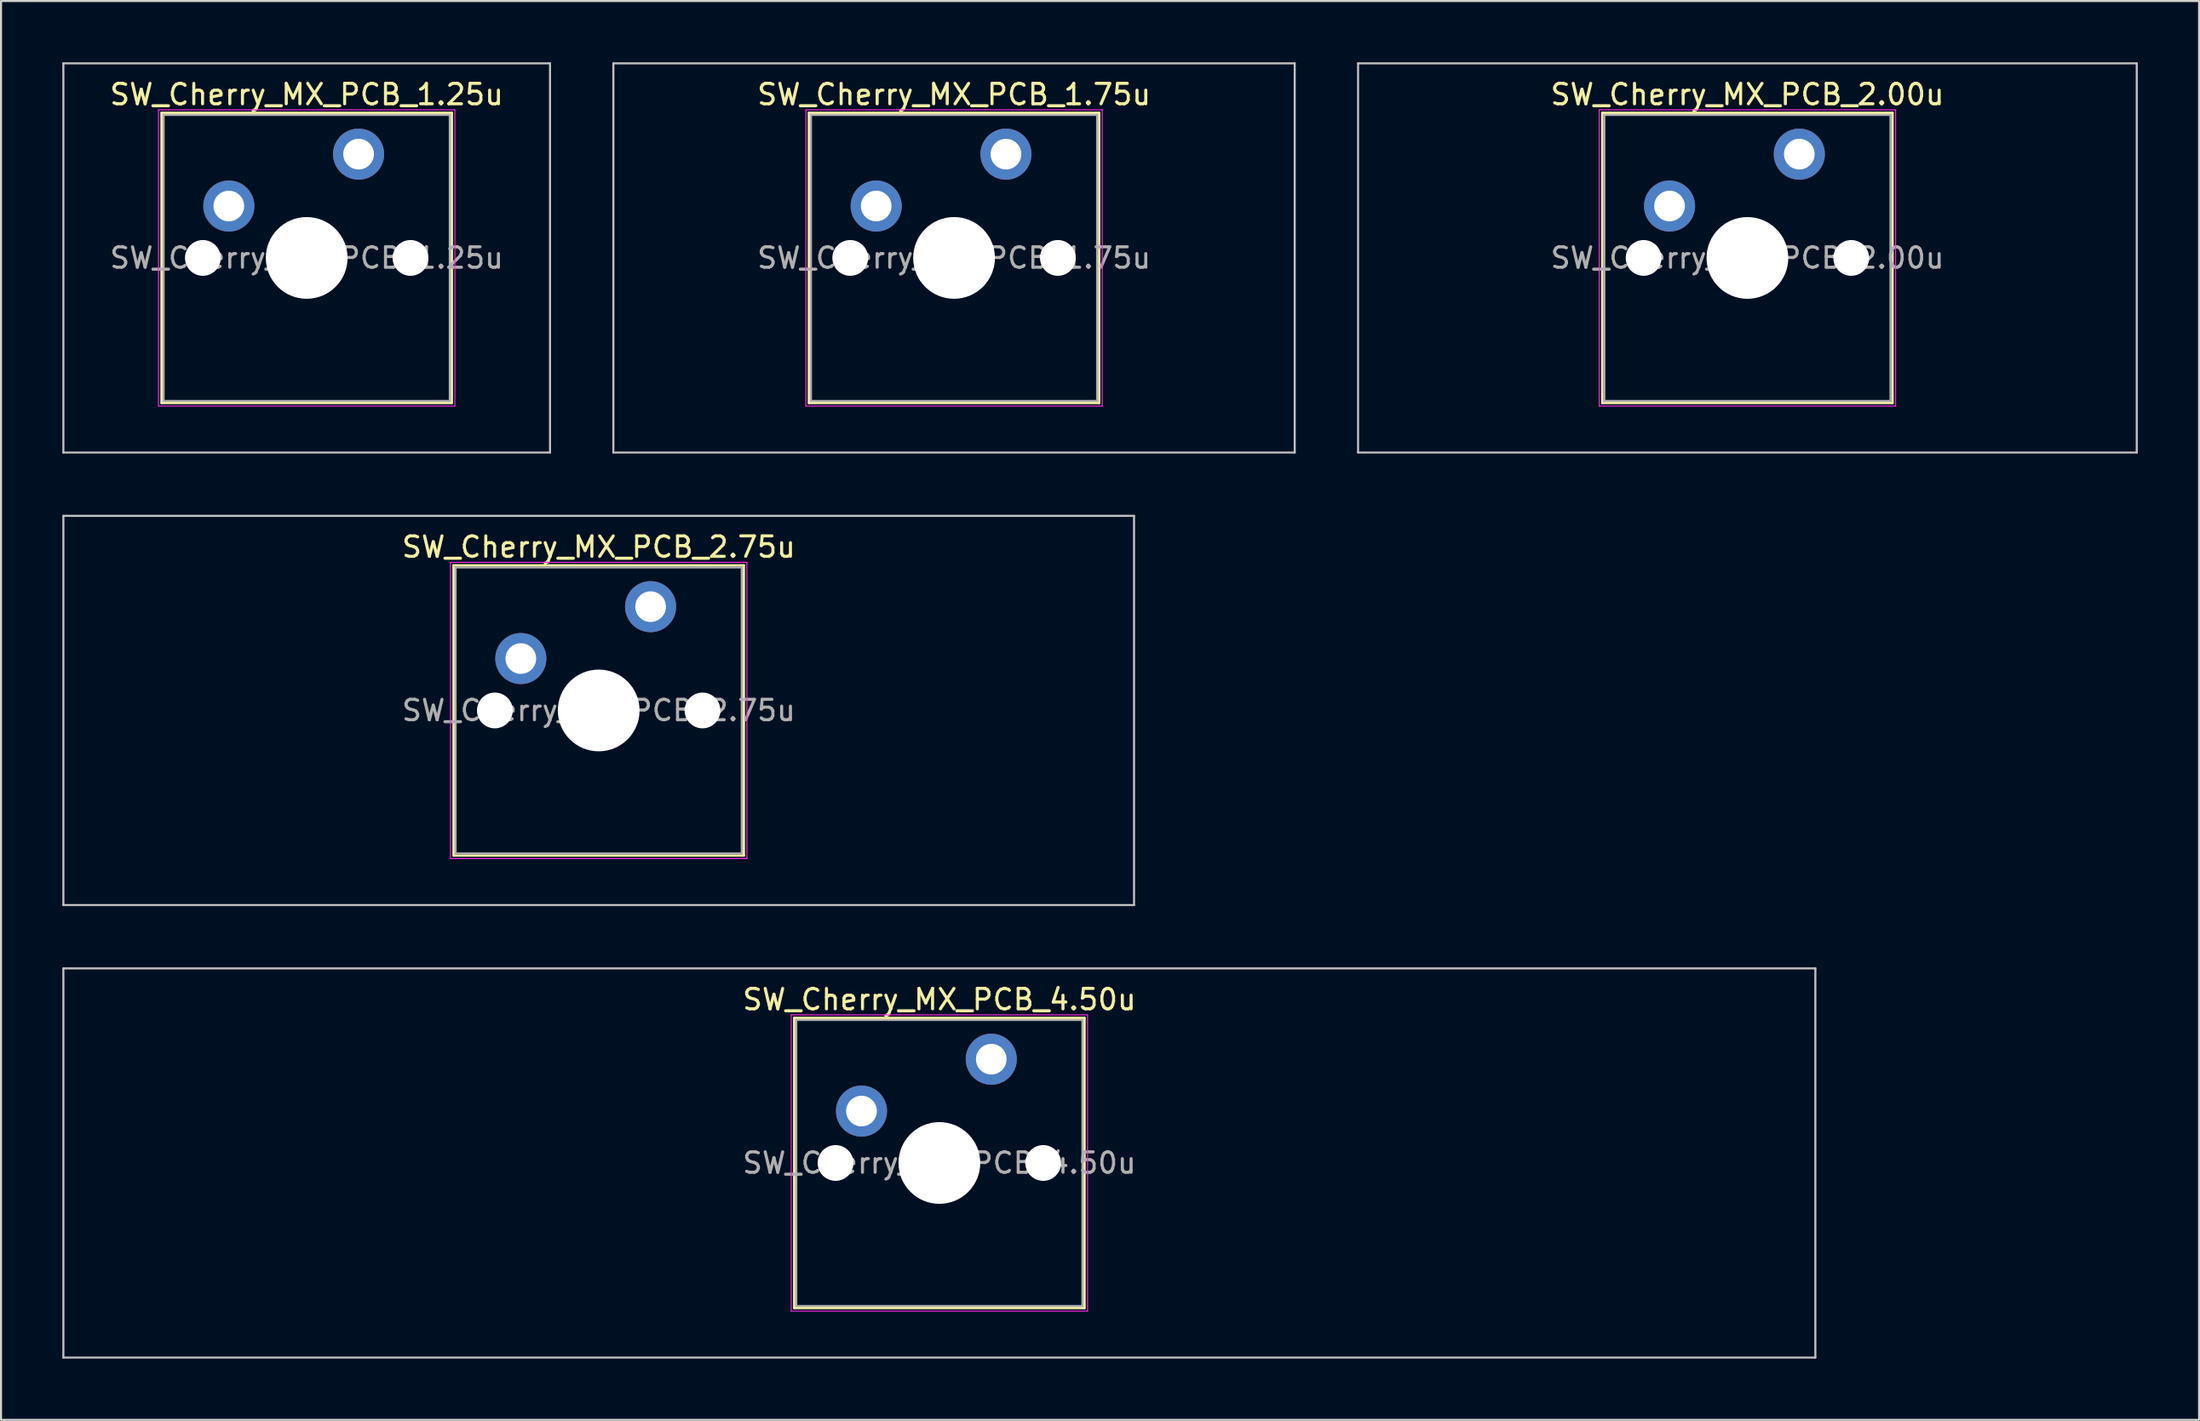
<source format=kicad_pcb>
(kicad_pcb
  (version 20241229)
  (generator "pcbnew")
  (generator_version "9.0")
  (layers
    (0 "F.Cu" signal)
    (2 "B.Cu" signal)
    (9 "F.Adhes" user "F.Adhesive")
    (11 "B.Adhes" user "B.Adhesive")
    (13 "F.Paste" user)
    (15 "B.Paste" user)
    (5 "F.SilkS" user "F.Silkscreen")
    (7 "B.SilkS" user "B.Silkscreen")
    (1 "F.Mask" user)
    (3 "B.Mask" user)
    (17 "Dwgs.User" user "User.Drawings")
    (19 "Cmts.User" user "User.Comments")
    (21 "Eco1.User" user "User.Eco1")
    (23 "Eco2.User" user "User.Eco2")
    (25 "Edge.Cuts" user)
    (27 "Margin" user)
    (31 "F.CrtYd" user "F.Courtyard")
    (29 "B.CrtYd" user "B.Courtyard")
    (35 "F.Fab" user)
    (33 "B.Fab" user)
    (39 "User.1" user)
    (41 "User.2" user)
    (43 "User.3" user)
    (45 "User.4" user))
  (footprint "SW_Cherry_MX_PCB_1.25u"
    (layer "F.Cu")
    (at 11.956 9.575)
    (property "Reference" "SW_Cherry_MX_PCB_1.25u" (at 0 -8 0) (layer "F.SilkS") (effects (font (size 1 1) (thickness 0.15))))
    (attr through_hole)
    (fp_line (start -7.1 -7.1) (end -7.1 7.1) (stroke (width 0.12) (type solid)) (layer "F.SilkS"))
    (fp_line (start -7.1 7.1) (end 7.1 7.1) (stroke (width 0.12) (type solid)) (layer "F.SilkS"))
    (fp_line (start 7.1 -7.1) (end -7.1 -7.1) (stroke (width 0.12) (type solid)) (layer "F.SilkS"))
    (fp_line (start 7.1 7.1) (end 7.1 -7.1) (stroke (width 0.12) (type solid)) (layer "F.SilkS"))
    (fp_line (start -11.906 -9.525) (end -11.906 9.525) (stroke (width 0.1) (type solid)) (layer "Dwgs.User"))
    (fp_line (start -11.906 9.525) (end 11.906 9.525) (stroke (width 0.1) (type solid)) (layer "Dwgs.User"))
    (fp_line (start 11.906 -9.525) (end -11.906 -9.525) (stroke (width 0.1) (type solid)) (layer "Dwgs.User"))
    (fp_line (start 11.906 9.525) (end 11.906 -9.525) (stroke (width 0.1) (type solid)) (layer "Dwgs.User"))
    (fp_line (start -7.25 -7.25) (end -7.25 7.25) (stroke (width 0.05) (type solid)) (layer "F.CrtYd"))
    (fp_line (start -7.25 7.25) (end 7.25 7.25) (stroke (width 0.05) (type solid)) (layer "F.CrtYd"))
    (fp_line (start 7.25 -7.25) (end -7.25 -7.25) (stroke (width 0.05) (type solid)) (layer "F.CrtYd"))
    (fp_line (start 7.25 7.25) (end 7.25 -7.25) (stroke (width 0.05) (type solid)) (layer "F.CrtYd"))
    (fp_line (start -7 -7) (end -7 7) (stroke (width 0.1) (type solid)) (layer "F.Fab"))
    (fp_line (start -7 7) (end 7 7) (stroke (width 0.1) (type solid)) (layer "F.Fab"))
    (fp_line (start 7 -7) (end -7 -7) (stroke (width 0.1) (type solid)) (layer "F.Fab"))
    (fp_line (start 7 7) (end 7 -7) (stroke (width 0.1) (type solid)) (layer "F.Fab"))
    (fp_text user "${REFERENCE}" (at 0 0 0) (layer "F.Fab") (effects (font (size 1 1) (thickness 0.15))))
    (pad "" np_thru_hole circle (at -5.08 0) (size 1.75 1.75) (drill 1.75) (layers "*.Cu" "*.Mask"))
    (pad "" np_thru_hole circle (at 0 0) (size 4 4) (drill 4) (layers "*.Cu" "*.Mask"))
    (pad "" np_thru_hole circle (at 5.08 0) (size 1.75 1.75) (drill 1.75) (layers "*.Cu" "*.Mask"))
    (pad "1" thru_hole circle (at -3.81 -2.54) (size 2.5 2.5) (drill 1.5) (layers "*.Cu" "B.Mask"))
    (pad "2" thru_hole circle (at 2.54 -5.08) (size 2.5 2.5) (drill 1.5) (layers "*.Cu" "B.Mask")))
  (footprint "SW_Cherry_MX_PCB_2.00u"
    (layer "F.Cu")
    (at 82.45 9.575)
    (property "Reference" "SW_Cherry_MX_PCB_2.00u" (at 0 -8 0) (layer "F.SilkS") (effects (font (size 1 1) (thickness 0.15))))
    (attr through_hole)
    (fp_line (start -7.1 -7.1) (end -7.1 7.1) (stroke (width 0.12) (type solid)) (layer "F.SilkS"))
    (fp_line (start -7.1 7.1) (end 7.1 7.1) (stroke (width 0.12) (type solid)) (layer "F.SilkS"))
    (fp_line (start 7.1 -7.1) (end -7.1 -7.1) (stroke (width 0.12) (type solid)) (layer "F.SilkS"))
    (fp_line (start 7.1 7.1) (end 7.1 -7.1) (stroke (width 0.12) (type solid)) (layer "F.SilkS"))
    (fp_line (start -19.05 -9.525) (end -19.05 9.525) (stroke (width 0.1) (type solid)) (layer "Dwgs.User"))
    (fp_line (start -19.05 9.525) (end 19.05 9.525) (stroke (width 0.1) (type solid)) (layer "Dwgs.User"))
    (fp_line (start 19.05 -9.525) (end -19.05 -9.525) (stroke (width 0.1) (type solid)) (layer "Dwgs.User"))
    (fp_line (start 19.05 9.525) (end 19.05 -9.525) (stroke (width 0.1) (type solid)) (layer "Dwgs.User"))
    (fp_line (start -7.25 -7.25) (end -7.25 7.25) (stroke (width 0.05) (type solid)) (layer "F.CrtYd"))
    (fp_line (start -7.25 7.25) (end 7.25 7.25) (stroke (width 0.05) (type solid)) (layer "F.CrtYd"))
    (fp_line (start 7.25 -7.25) (end -7.25 -7.25) (stroke (width 0.05) (type solid)) (layer "F.CrtYd"))
    (fp_line (start 7.25 7.25) (end 7.25 -7.25) (stroke (width 0.05) (type solid)) (layer "F.CrtYd"))
    (fp_line (start -7 -7) (end -7 7) (stroke (width 0.1) (type solid)) (layer "F.Fab"))
    (fp_line (start -7 7) (end 7 7) (stroke (width 0.1) (type solid)) (layer "F.Fab"))
    (fp_line (start 7 -7) (end -7 -7) (stroke (width 0.1) (type solid)) (layer "F.Fab"))
    (fp_line (start 7 7) (end 7 -7) (stroke (width 0.1) (type solid)) (layer "F.Fab"))
    (fp_text user "${REFERENCE}" (at 0 0 0) (layer "F.Fab") (effects (font (size 1 1) (thickness 0.15))))
    (pad "" np_thru_hole circle (at -5.08 0) (size 1.75 1.75) (drill 1.75) (layers "*.Cu" "*.Mask"))
    (pad "" np_thru_hole circle (at 0 0) (size 4 4) (drill 4) (layers "*.Cu" "*.Mask"))
    (pad "" np_thru_hole circle (at 5.08 0) (size 1.75 1.75) (drill 1.75) (layers "*.Cu" "*.Mask"))
    (pad "1" thru_hole circle (at -3.81 -2.54) (size 2.5 2.5) (drill 1.5) (layers "*.Cu" "B.Mask"))
    (pad "2" thru_hole circle (at 2.54 -5.08) (size 2.5 2.5) (drill 1.5) (layers "*.Cu" "B.Mask")))
  (footprint "SW_Cherry_MX_PCB_4.50u"
    (layer "F.Cu")
    (at 42.913 53.875)
    (property "Reference" "SW_Cherry_MX_PCB_4.50u" (at 0 -8 0) (layer "F.SilkS") (effects (font (size 1 1) (thickness 0.15))))
    (attr through_hole)
    (fp_line (start -7.1 -7.1) (end -7.1 7.1) (stroke (width 0.12) (type solid)) (layer "F.SilkS"))
    (fp_line (start -7.1 7.1) (end 7.1 7.1) (stroke (width 0.12) (type solid)) (layer "F.SilkS"))
    (fp_line (start 7.1 -7.1) (end -7.1 -7.1) (stroke (width 0.12) (type solid)) (layer "F.SilkS"))
    (fp_line (start 7.1 7.1) (end 7.1 -7.1) (stroke (width 0.12) (type solid)) (layer "F.SilkS"))
    (fp_line (start -42.862 -9.525) (end -42.862 9.525) (stroke (width 0.1) (type solid)) (layer "Dwgs.User"))
    (fp_line (start -42.862 9.525) (end 42.862 9.525) (stroke (width 0.1) (type solid)) (layer "Dwgs.User"))
    (fp_line (start 42.862 -9.525) (end -42.862 -9.525) (stroke (width 0.1) (type solid)) (layer "Dwgs.User"))
    (fp_line (start 42.862 9.525) (end 42.862 -9.525) (stroke (width 0.1) (type solid)) (layer "Dwgs.User"))
    (fp_line (start -7.25 -7.25) (end -7.25 7.25) (stroke (width 0.05) (type solid)) (layer "F.CrtYd"))
    (fp_line (start -7.25 7.25) (end 7.25 7.25) (stroke (width 0.05) (type solid)) (layer "F.CrtYd"))
    (fp_line (start 7.25 -7.25) (end -7.25 -7.25) (stroke (width 0.05) (type solid)) (layer "F.CrtYd"))
    (fp_line (start 7.25 7.25) (end 7.25 -7.25) (stroke (width 0.05) (type solid)) (layer "F.CrtYd"))
    (fp_line (start -7 -7) (end -7 7) (stroke (width 0.1) (type solid)) (layer "F.Fab"))
    (fp_line (start -7 7) (end 7 7) (stroke (width 0.1) (type solid)) (layer "F.Fab"))
    (fp_line (start 7 -7) (end -7 -7) (stroke (width 0.1) (type solid)) (layer "F.Fab"))
    (fp_line (start 7 7) (end 7 -7) (stroke (width 0.1) (type solid)) (layer "F.Fab"))
    (fp_text user "${REFERENCE}" (at 0 0 0) (layer "F.Fab") (effects (font (size 1 1) (thickness 0.15))))
    (pad "" np_thru_hole circle (at -5.08 0) (size 1.75 1.75) (drill 1.75) (layers "*.Cu" "*.Mask"))
    (pad "" np_thru_hole circle (at 0 0) (size 4 4) (drill 4) (layers "*.Cu" "*.Mask"))
    (pad "" np_thru_hole circle (at 5.08 0) (size 1.75 1.75) (drill 1.75) (layers "*.Cu" "*.Mask"))
    (pad "1" thru_hole circle (at -3.81 -2.54) (size 2.5 2.5) (drill 1.5) (layers "*.Cu" "B.Mask"))
    (pad "2" thru_hole circle (at 2.54 -5.08) (size 2.5 2.5) (drill 1.5) (layers "*.Cu" "B.Mask")))
  (footprint "SW_Cherry_MX_PCB_2.75u"
    (layer "F.Cu")
    (at 26.244 31.725)
    (property "Reference" "SW_Cherry_MX_PCB_2.75u" (at 0 -8 0) (layer "F.SilkS") (effects (font (size 1 1) (thickness 0.15))))
    (attr through_hole)
    (fp_line (start -7.1 -7.1) (end -7.1 7.1) (stroke (width 0.12) (type solid)) (layer "F.SilkS"))
    (fp_line (start -7.1 7.1) (end 7.1 7.1) (stroke (width 0.12) (type solid)) (layer "F.SilkS"))
    (fp_line (start 7.1 -7.1) (end -7.1 -7.1) (stroke (width 0.12) (type solid)) (layer "F.SilkS"))
    (fp_line (start 7.1 7.1) (end 7.1 -7.1) (stroke (width 0.12) (type solid)) (layer "F.SilkS"))
    (fp_line (start -26.194 -9.525) (end -26.194 9.525) (stroke (width 0.1) (type solid)) (layer "Dwgs.User"))
    (fp_line (start -26.194 9.525) (end 26.194 9.525) (stroke (width 0.1) (type solid)) (layer "Dwgs.User"))
    (fp_line (start 26.194 -9.525) (end -26.194 -9.525) (stroke (width 0.1) (type solid)) (layer "Dwgs.User"))
    (fp_line (start 26.194 9.525) (end 26.194 -9.525) (stroke (width 0.1) (type solid)) (layer "Dwgs.User"))
    (fp_line (start -7.25 -7.25) (end -7.25 7.25) (stroke (width 0.05) (type solid)) (layer "F.CrtYd"))
    (fp_line (start -7.25 7.25) (end 7.25 7.25) (stroke (width 0.05) (type solid)) (layer "F.CrtYd"))
    (fp_line (start 7.25 -7.25) (end -7.25 -7.25) (stroke (width 0.05) (type solid)) (layer "F.CrtYd"))
    (fp_line (start 7.25 7.25) (end 7.25 -7.25) (stroke (width 0.05) (type solid)) (layer "F.CrtYd"))
    (fp_line (start -7 -7) (end -7 7) (stroke (width 0.1) (type solid)) (layer "F.Fab"))
    (fp_line (start -7 7) (end 7 7) (stroke (width 0.1) (type solid)) (layer "F.Fab"))
    (fp_line (start 7 -7) (end -7 -7) (stroke (width 0.1) (type solid)) (layer "F.Fab"))
    (fp_line (start 7 7) (end 7 -7) (stroke (width 0.1) (type solid)) (layer "F.Fab"))
    (fp_text user "${REFERENCE}" (at 0 0 0) (layer "F.Fab") (effects (font (size 1 1) (thickness 0.15))))
    (pad "" np_thru_hole circle (at -5.08 0) (size 1.75 1.75) (drill 1.75) (layers "*.Cu" "*.Mask"))
    (pad "" np_thru_hole circle (at 0 0) (size 4 4) (drill 4) (layers "*.Cu" "*.Mask"))
    (pad "" np_thru_hole circle (at 5.08 0) (size 1.75 1.75) (drill 1.75) (layers "*.Cu" "*.Mask"))
    (pad "1" thru_hole circle (at -3.81 -2.54) (size 2.5 2.5) (drill 1.5) (layers "*.Cu" "B.Mask"))
    (pad "2" thru_hole circle (at 2.54 -5.08) (size 2.5 2.5) (drill 1.5) (layers "*.Cu" "B.Mask")))
  (footprint "SW_Cherry_MX_PCB_1.75u"
    (layer "F.Cu")
    (at 43.631 9.575)
    (property "Reference" "SW_Cherry_MX_PCB_1.75u" (at 0 -8 0) (layer "F.SilkS") (effects (font (size 1 1) (thickness 0.15))))
    (attr through_hole)
    (fp_line (start -7.1 -7.1) (end -7.1 7.1) (stroke (width 0.12) (type solid)) (layer "F.SilkS"))
    (fp_line (start -7.1 7.1) (end 7.1 7.1) (stroke (width 0.12) (type solid)) (layer "F.SilkS"))
    (fp_line (start 7.1 -7.1) (end -7.1 -7.1) (stroke (width 0.12) (type solid)) (layer "F.SilkS"))
    (fp_line (start 7.1 7.1) (end 7.1 -7.1) (stroke (width 0.12) (type solid)) (layer "F.SilkS"))
    (fp_line (start -16.669 -9.525) (end -16.669 9.525) (stroke (width 0.1) (type solid)) (layer "Dwgs.User"))
    (fp_line (start -16.669 9.525) (end 16.669 9.525) (stroke (width 0.1) (type solid)) (layer "Dwgs.User"))
    (fp_line (start 16.669 -9.525) (end -16.669 -9.525) (stroke (width 0.1) (type solid)) (layer "Dwgs.User"))
    (fp_line (start 16.669 9.525) (end 16.669 -9.525) (stroke (width 0.1) (type solid)) (layer "Dwgs.User"))
    (fp_line (start -7.25 -7.25) (end -7.25 7.25) (stroke (width 0.05) (type solid)) (layer "F.CrtYd"))
    (fp_line (start -7.25 7.25) (end 7.25 7.25) (stroke (width 0.05) (type solid)) (layer "F.CrtYd"))
    (fp_line (start 7.25 -7.25) (end -7.25 -7.25) (stroke (width 0.05) (type solid)) (layer "F.CrtYd"))
    (fp_line (start 7.25 7.25) (end 7.25 -7.25) (stroke (width 0.05) (type solid)) (layer "F.CrtYd"))
    (fp_line (start -7 -7) (end -7 7) (stroke (width 0.1) (type solid)) (layer "F.Fab"))
    (fp_line (start -7 7) (end 7 7) (stroke (width 0.1) (type solid)) (layer "F.Fab"))
    (fp_line (start 7 -7) (end -7 -7) (stroke (width 0.1) (type solid)) (layer "F.Fab"))
    (fp_line (start 7 7) (end 7 -7) (stroke (width 0.1) (type solid)) (layer "F.Fab"))
    (fp_text user "${REFERENCE}" (at 0 0 0) (layer "F.Fab") (effects (font (size 1 1) (thickness 0.15))))
    (pad "" np_thru_hole circle (at -5.08 0) (size 1.75 1.75) (drill 1.75) (layers "*.Cu" "*.Mask"))
    (pad "" np_thru_hole circle (at 0 0) (size 4 4) (drill 4) (layers "*.Cu" "*.Mask"))
    (pad "" np_thru_hole circle (at 5.08 0) (size 1.75 1.75) (drill 1.75) (layers "*.Cu" "*.Mask"))
    (pad "1" thru_hole circle (at -3.81 -2.54) (size 2.5 2.5) (drill 1.5) (layers "*.Cu" "B.Mask"))
    (pad "2" thru_hole circle (at 2.54 -5.08) (size 2.5 2.5) (drill 1.5) (layers "*.Cu" "B.Mask")))
  (gr_rect
    (start -3 -3)
    (end 104.55 66.45)
    (stroke (width 0.1) (type default))
    (fill no)
    (layer "Edge.Cuts")))
</source>
